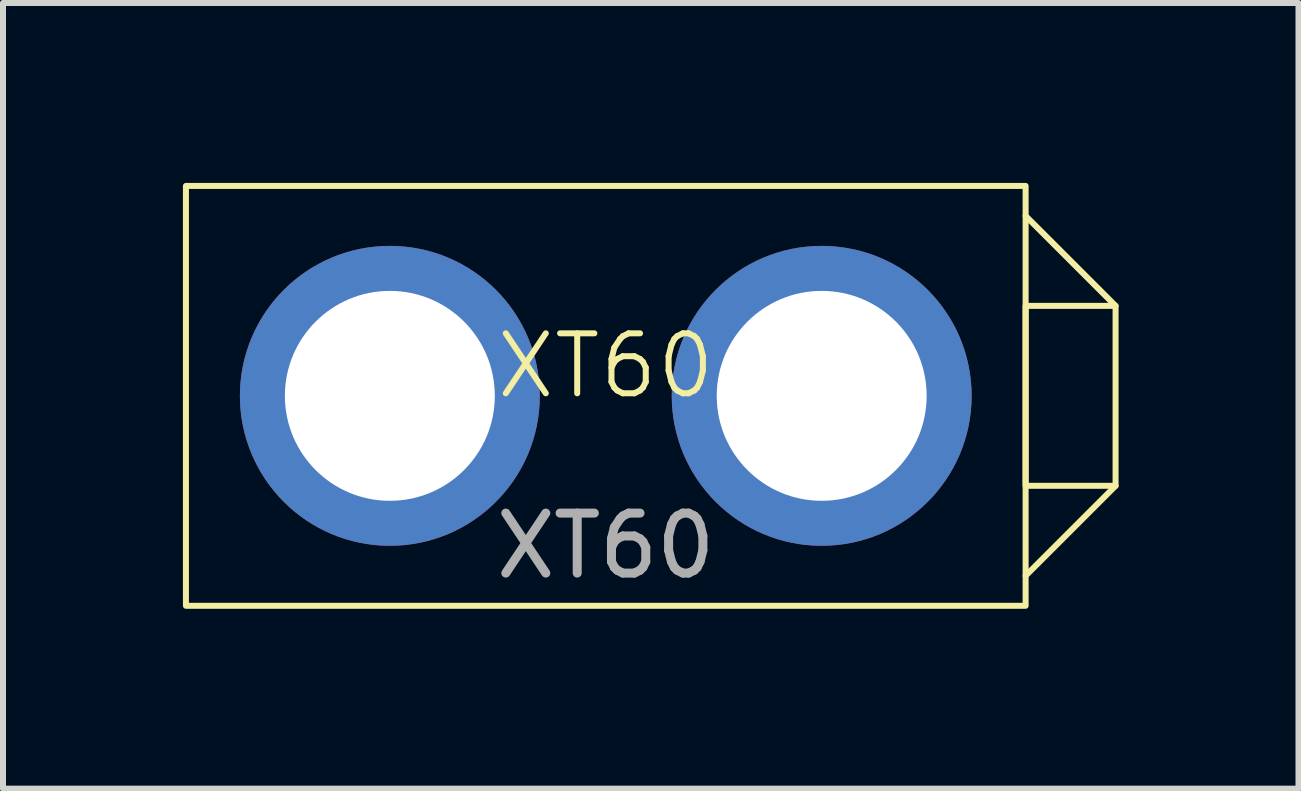
<source format=kicad_pcb>
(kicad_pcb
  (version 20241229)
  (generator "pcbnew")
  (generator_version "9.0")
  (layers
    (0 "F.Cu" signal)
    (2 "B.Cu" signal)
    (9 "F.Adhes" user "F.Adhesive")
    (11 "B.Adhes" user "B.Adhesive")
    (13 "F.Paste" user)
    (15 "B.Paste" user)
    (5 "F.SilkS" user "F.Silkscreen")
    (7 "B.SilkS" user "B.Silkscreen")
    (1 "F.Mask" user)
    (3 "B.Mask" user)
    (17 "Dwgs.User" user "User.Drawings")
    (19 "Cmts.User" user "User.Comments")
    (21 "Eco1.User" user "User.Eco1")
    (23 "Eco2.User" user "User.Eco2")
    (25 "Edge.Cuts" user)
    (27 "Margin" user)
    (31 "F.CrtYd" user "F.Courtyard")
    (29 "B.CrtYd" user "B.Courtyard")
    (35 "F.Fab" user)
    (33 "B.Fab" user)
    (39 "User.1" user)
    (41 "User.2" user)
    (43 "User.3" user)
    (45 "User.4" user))
  (footprint "XT60"
    (layer "F.Cu")
    (at 7.05 3.55)
    (property "Reference" "XT60" (at 0 -0.5 0) (unlocked yes) (layer "F.SilkS") (effects (font (size 1 1) (thickness 0.1))))
    (attr smd)
    (fp_line (start 7 -3) (end 8.5 -1.5) (stroke (width 0.1) (type default)) (layer "F.SilkS"))
    (fp_line (start 7 3) (end 8.5 1.5) (stroke (width 0.1) (type default)) (layer "F.SilkS"))
    (fp_rect (start -7 -3.5) (end 7 3.5) (stroke (width 0.1) (type default)) (fill no) (layer "F.SilkS"))
    (fp_rect (start 7 -1.5) (end 8.5 1.5) (stroke (width 0.1) (type default)) (fill no) (layer "F.SilkS"))
    (fp_text user "${REFERENCE}" (at 0 2.5 0) (unlocked yes) (layer "F.Fab") (effects (font (size 1 1) (thickness 0.15))))
    (pad "1" thru_hole circle (at 3.6 0) (size 5 5) (drill 3.5) (layers "*.Cu" "*.Mask"))
    (pad "2" thru_hole circle (at -3.6 0) (size 5 5) (drill 3.5) (layers "*.Cu" "*.Mask")))
  (gr_rect
    (start -3 -3)
    (end 18.6 10.1)
    (stroke (width 0.1) (type default))
    (fill no)
    (layer "Edge.Cuts")))
</source>
